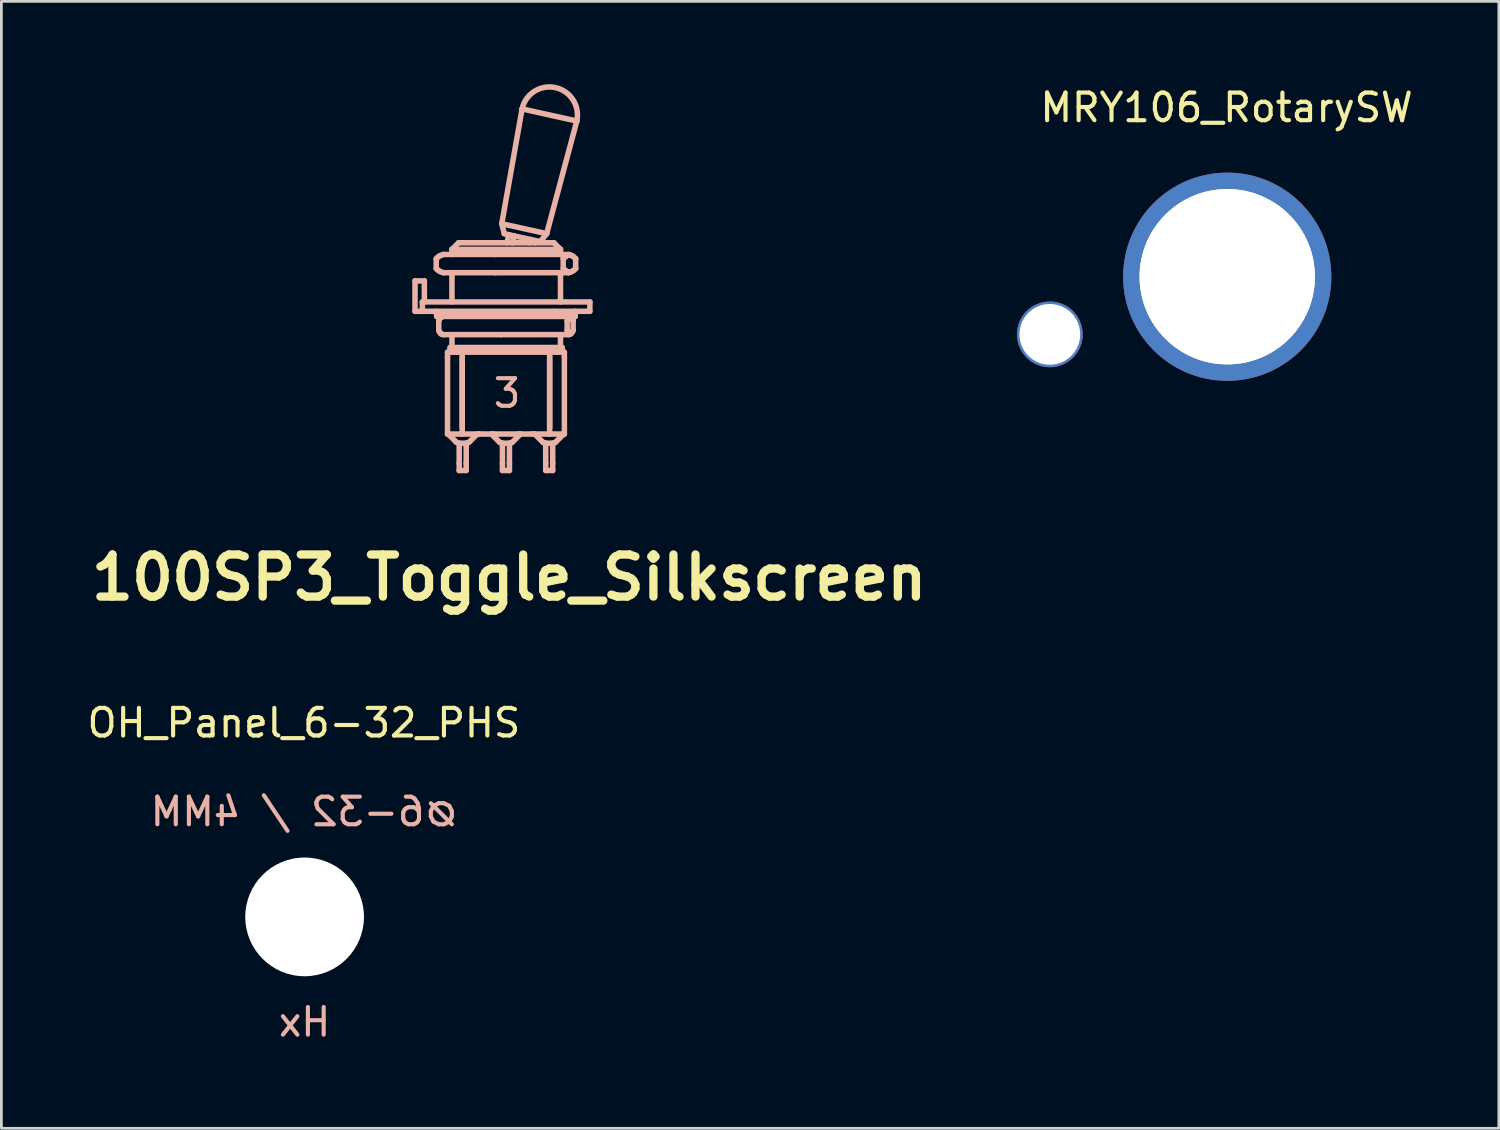
<source format=kicad_pcb>
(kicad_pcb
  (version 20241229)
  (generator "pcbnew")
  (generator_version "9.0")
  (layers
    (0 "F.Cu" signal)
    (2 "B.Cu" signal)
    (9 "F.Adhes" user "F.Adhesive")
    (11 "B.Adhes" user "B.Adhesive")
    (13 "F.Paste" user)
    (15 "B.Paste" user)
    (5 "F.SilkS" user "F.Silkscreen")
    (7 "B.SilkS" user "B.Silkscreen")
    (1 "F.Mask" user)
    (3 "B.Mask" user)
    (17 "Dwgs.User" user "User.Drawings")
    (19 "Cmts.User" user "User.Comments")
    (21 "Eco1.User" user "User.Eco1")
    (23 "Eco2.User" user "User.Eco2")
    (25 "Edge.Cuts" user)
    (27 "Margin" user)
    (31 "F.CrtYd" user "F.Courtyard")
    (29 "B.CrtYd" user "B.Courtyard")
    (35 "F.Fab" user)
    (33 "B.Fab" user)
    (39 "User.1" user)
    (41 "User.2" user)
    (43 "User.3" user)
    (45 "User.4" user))
  (footprint "MRY106_RotarySW"
    (layer "F.Cu")
    (at 41.401 6.973)
    (property "Reference" "MRY106_RotarySW" (at -0.025 -6.125 0) (layer "F.SilkS") (effects (font (size 1 1) (thickness 0.15))))
    (attr through_hole)
    (pad "" np_thru_hole circle (at -6.426 2.088) (size 2.381 2.381) (drill 2.2) (layers "*.Cu" "*.Mask"))
    (pad "" np_thru_hole circle (at 0 0) (size 7.541 7.541) (drill 6.35) (layers "*.Mask" "F.Cu"))
    (pad "" np_thru_hole circle (at 0 0) (size 7.541 7.541) (drill 6.35) (layers "*.Mask" "B.Cu")))
  (footprint "OH_Panel_6-32_PHS"
    (layer "F.Cu")
    (at 7.983 30.16)
    (property "Reference" "OH_Panel_6-32_PHS" (at -0.025 -7.025 0) (layer "F.SilkS") (effects (font (size 1 1) (thickness 0.15))))
    (attr through_hole)
    (fp_text user "Hx" (at 0 3.81 0) (layer "B.SilkS") (effects (font (size 1 1) (thickness 0.15)) (justify mirror)))
    (fp_text user "⌀6-32 / 4MM" (at 0 -3.81 0) (layer "B.SilkS") (effects (font (size 1 1) (thickness 0.15)) (justify mirror)))
    (pad "" np_thru_hole circle (at 0 0) (size 4.3 4.3) (drill 4.3) (layers "*.Cu" "*.Mask")))
  (footprint "100SP3_Toggle_Silkscreen"
    (layer "F.Cu")
    (at 15.792 8.394)
    (property "Reference" "100SP3_Toggle_Silkscreen" (at -0.4 9.475 0) (layer "F.SilkS") (effects (font (size 1.524 1.524) (thickness 0.3))))
    (attr through_hole)
    (fp_line (start -3.81 -1.27) (end -3.81 -0.169) (stroke (width 0.2) (type solid)) (layer "B.SilkS"))
    (fp_line (start -3.81 -1.27) (end -3.471 -1.27) (stroke (width 0.2) (type solid)) (layer "B.SilkS"))
    (fp_line (start -3.81 -0.169) (end -3.544 -0.169) (stroke (width 0.2) (type solid)) (layer "B.SilkS"))
    (fp_line (start -3.544 -0.508) (end -3.544 -0.169) (stroke (width 0.2) (type solid)) (layer "B.SilkS"))
    (fp_line (start -3.544 -0.508) (end 2.523 -0.508) (stroke (width 0.2) (type solid)) (layer "B.SilkS"))
    (fp_line (start -3.544 -0.169) (end 2.523 -0.169) (stroke (width 0.2) (type solid)) (layer "B.SilkS"))
    (fp_line (start -3.471 -1.27) (end -3.471 -0.508) (stroke (width 0.2) (type solid)) (layer "B.SilkS"))
    (fp_line (start -3.042 -2.073) (end -3.042 -1.72) (stroke (width 0.2) (type solid)) (layer "B.SilkS"))
    (fp_line (start -3.027 -0.169) (end -3.027 0.017) (stroke (width 0.2) (type solid)) (layer "B.SilkS"))
    (fp_line (start -3.027 0.017) (end 1.994 0.017) (stroke (width 0.2) (type solid)) (layer "B.SilkS"))
    (fp_line (start -2.95 0.171) (end -2.95 0.523) (stroke (width 0.2) (type solid)) (layer "B.SilkS"))
    (fp_line (start -2.882 -1.601) (end -2.787 -1.566) (stroke (width 0.2) (type solid)) (layer "B.SilkS"))
    (fp_line (start -2.857 0.652) (end -2.787 0.677) (stroke (width 0.2) (type solid)) (layer "B.SilkS"))
    (fp_line (start -2.787 -2.227) (end -2.882 -2.192) (stroke (width 0.2) (type solid)) (layer "B.SilkS"))
    (fp_line (start -2.787 0.017) (end -2.857 0.042) (stroke (width 0.2) (type solid)) (layer "B.SilkS"))
    (fp_line (start -2.633 1.483) (end -2.633 1.313) (stroke (width 0.2) (type solid)) (layer "B.SilkS"))
    (fp_line (start -2.633 4.277) (end -2.633 1.483) (stroke (width 0.2) (type solid)) (layer "B.SilkS"))
    (fp_line (start -2.633 4.277) (end -2.1 4.277) (stroke (width 0.2) (type solid)) (layer "B.SilkS"))
    (fp_line (start -2.538 1.143) (end 1.524 1.143) (stroke (width 0.2) (type solid)) (layer "B.SilkS"))
    (fp_line (start -2.538 1.313) (end -2.538 1.143) (stroke (width 0.2) (type solid)) (layer "B.SilkS"))
    (fp_line (start -2.472 -2.413) (end -2.472 -2.227) (stroke (width 0.2) (type solid)) (layer "B.SilkS"))
    (fp_line (start -2.472 -2.413) (end -2.233 -2.65) (stroke (width 0.2) (type solid)) (layer "B.SilkS"))
    (fp_line (start -2.472 -1.566) (end -2.472 -0.508) (stroke (width 0.2) (type solid)) (layer "B.SilkS"))
    (fp_line (start -2.472 0.677) (end -2.472 1.143) (stroke (width 0.2) (type solid)) (layer "B.SilkS"))
    (fp_line (start -2.352 1.313) (end -2.633 1.313) (stroke (width 0.2) (type solid)) (layer "B.SilkS"))
    (fp_line (start -2.352 1.313) (end 1.319 1.313) (stroke (width 0.2) (type solid)) (layer "B.SilkS"))
    (fp_line (start -2.316 4.571) (end -2.61 4.277) (stroke (width 0.2) (type solid)) (layer "B.SilkS"))
    (fp_line (start -2.221 4.61) (end -1.945 4.61) (stroke (width 0.2) (type solid)) (layer "B.SilkS"))
    (fp_line (start -2.21 5.33) (end -2.21 4.61) (stroke (width 0.2) (type solid)) (layer "B.SilkS"))
    (fp_line (start -2.21 5.597) (end -2.21 5.33) (stroke (width 0.2) (type solid)) (layer "B.SilkS"))
    (fp_line (start -2.21 5.597) (end -1.956 5.597) (stroke (width 0.2) (type solid)) (layer "B.SilkS"))
    (fp_line (start -2.1 1.313) (end -2.1 1.483) (stroke (width 0.2) (type solid)) (layer "B.SilkS"))
    (fp_line (start -2.1 1.483) (end -2.1 4.277) (stroke (width 0.2) (type solid)) (layer "B.SilkS"))
    (fp_line (start -2.1 4.043) (end -2.1 1.567) (stroke (width 0.2) (type solid)) (layer "B.SilkS"))
    (fp_line (start -2.1 4.277) (end -1.533 4.277) (stroke (width 0.2) (type solid)) (layer "B.SilkS"))
    (fp_line (start -1.956 4.61) (end -1.956 5.33) (stroke (width 0.2) (type solid)) (layer "B.SilkS"))
    (fp_line (start -1.956 5.33) (end -1.956 5.597) (stroke (width 0.2) (type solid)) (layer "B.SilkS"))
    (fp_line (start -1.556 4.277) (end -1.851 4.571) (stroke (width 0.2) (type solid)) (layer "B.SilkS"))
    (fp_line (start -1.533 4.277) (end -1.471 4.277) (stroke (width 0.2) (type solid)) (layer "B.SilkS"))
    (fp_line (start -1.471 4.277) (end -1.043 4.277) (stroke (width 0.2) (type solid)) (layer "B.SilkS"))
    (fp_line (start -1.001 4.277) (end -1.043 4.277) (stroke (width 0.2) (type solid)) (layer "B.SilkS"))
    (fp_line (start -1.001 4.277) (end -0.95 4.277) (stroke (width 0.2) (type solid)) (layer "B.SilkS"))
    (fp_line (start -0.95 4.277) (end -0.083 4.277) (stroke (width 0.2) (type solid)) (layer "B.SilkS"))
    (fp_line (start -0.897 -2.227) (end -2.787 -2.227) (stroke (width 0.2) (type solid)) (layer "B.SilkS"))
    (fp_line (start -0.897 -1.566) (end -2.787 -1.566) (stroke (width 0.2) (type solid)) (layer "B.SilkS"))
    (fp_line (start -0.749 4.571) (end -1.043 4.277) (stroke (width 0.2) (type solid)) (layer "B.SilkS"))
    (fp_line (start -0.699 0.677) (end -2.787 0.677) (stroke (width 0.2) (type solid)) (layer "B.SilkS"))
    (fp_line (start -0.668 -3.341) (end -0.577 -2.98) (stroke (width 0.2) (type solid)) (layer "B.SilkS"))
    (fp_line (start -0.668 -3.341) (end 0.959 -2.98) (stroke (width 0.2) (type solid)) (layer "B.SilkS"))
    (fp_line (start -0.655 4.61) (end -0.378 4.61) (stroke (width 0.2) (type solid)) (layer "B.SilkS"))
    (fp_line (start -0.643 5.33) (end -0.643 4.61) (stroke (width 0.2) (type solid)) (layer "B.SilkS"))
    (fp_line (start -0.643 5.597) (end -0.643 5.33) (stroke (width 0.2) (type solid)) (layer "B.SilkS"))
    (fp_line (start -0.643 5.597) (end -0.39 5.597) (stroke (width 0.2) (type solid)) (layer "B.SilkS"))
    (fp_line (start -0.577 -2.98) (end 0.725 -2.691) (stroke (width 0.2) (type solid)) (layer "B.SilkS"))
    (fp_line (start -0.414 -2.944) (end -0.48 -2.65) (stroke (width 0.2) (type solid)) (layer "B.SilkS"))
    (fp_line (start -0.39 4.61) (end -0.39 5.33) (stroke (width 0.2) (type solid)) (layer "B.SilkS"))
    (fp_line (start -0.39 5.33) (end -0.39 5.597) (stroke (width 0.2) (type solid)) (layer "B.SilkS"))
    (fp_line (start -0.219 -2.9) (end -0.275 -2.65) (stroke (width 0.2) (type solid)) (layer "B.SilkS"))
    (fp_line (start -0.032 4.277) (end -0.083 4.277) (stroke (width 0.2) (type solid)) (layer "B.SilkS"))
    (fp_line (start 0.01 4.277) (end -0.284 4.571) (stroke (width 0.2) (type solid)) (layer "B.SilkS"))
    (fp_line (start 0.01 4.277) (end -0.032 4.277) (stroke (width 0.2) (type solid)) (layer "B.SilkS"))
    (fp_line (start 0.01 4.277) (end 0.438 4.277) (stroke (width 0.2) (type solid)) (layer "B.SilkS"))
    (fp_line (start 0.068 -7.499) (end -0.668 -3.341) (stroke (width 0.2) (type solid)) (layer "B.SilkS"))
    (fp_line (start 0.34 -2.65) (end 0.367 -2.771) (stroke (width 0.2) (type solid)) (layer "B.SilkS"))
    (fp_line (start 0.5 4.277) (end 0.438 4.277) (stroke (width 0.2) (type solid)) (layer "B.SilkS"))
    (fp_line (start 0.5 4.277) (end 1.067 4.277) (stroke (width 0.2) (type solid)) (layer "B.SilkS"))
    (fp_line (start 0.545 -2.65) (end 0.562 -2.727) (stroke (width 0.2) (type solid)) (layer "B.SilkS"))
    (fp_line (start 0.725 -2.691) (end 0.959 -2.98) (stroke (width 0.2) (type solid)) (layer "B.SilkS"))
    (fp_line (start 0.818 4.571) (end 0.524 4.277) (stroke (width 0.2) (type solid)) (layer "B.SilkS"))
    (fp_line (start 0.912 4.61) (end 1.188 4.61) (stroke (width 0.2) (type solid)) (layer "B.SilkS"))
    (fp_line (start 0.924 5.33) (end 0.924 4.61) (stroke (width 0.2) (type solid)) (layer "B.SilkS"))
    (fp_line (start 0.924 5.597) (end 0.924 5.33) (stroke (width 0.2) (type solid)) (layer "B.SilkS"))
    (fp_line (start 0.924 5.597) (end 1.177 5.597) (stroke (width 0.2) (type solid)) (layer "B.SilkS"))
    (fp_line (start 0.959 -2.98) (end 2.05 -7.06) (stroke (width 0.2) (type solid)) (layer "B.SilkS"))
    (fp_line (start 1.067 1.483) (end 1.067 1.313) (stroke (width 0.2) (type solid)) (layer "B.SilkS"))
    (fp_line (start 1.067 4.043) (end 1.067 1.567) (stroke (width 0.2) (type solid)) (layer "B.SilkS"))
    (fp_line (start 1.067 4.277) (end 1.067 1.483) (stroke (width 0.2) (type solid)) (layer "B.SilkS"))
    (fp_line (start 1.067 4.277) (end 1.6 4.277) (stroke (width 0.2) (type solid)) (layer "B.SilkS"))
    (fp_line (start 1.177 4.61) (end 1.177 5.33) (stroke (width 0.2) (type solid)) (layer "B.SilkS"))
    (fp_line (start 1.177 5.33) (end 1.177 5.597) (stroke (width 0.2) (type solid)) (layer "B.SilkS"))
    (fp_line (start 1.222 -2.65) (end -2.233 -2.65) (stroke (width 0.2) (type solid)) (layer "B.SilkS"))
    (fp_line (start 1.459 -2.413) (end -2.472 -2.413) (stroke (width 0.2) (type solid)) (layer "B.SilkS"))
    (fp_line (start 1.459 -2.413) (end 1.222 -2.65) (stroke (width 0.2) (type solid)) (layer "B.SilkS"))
    (fp_line (start 1.459 -2.227) (end 1.459 -2.413) (stroke (width 0.2) (type solid)) (layer "B.SilkS"))
    (fp_line (start 1.459 -0.508) (end 1.459 -1.566) (stroke (width 0.2) (type solid)) (layer "B.SilkS"))
    (fp_line (start 1.459 1.143) (end 1.459 0.677) (stroke (width 0.2) (type solid)) (layer "B.SilkS"))
    (fp_line (start 1.524 1.313) (end 1.524 1.143) (stroke (width 0.2) (type solid)) (layer "B.SilkS"))
    (fp_line (start 1.558 -2.073) (end 1.558 -1.72) (stroke (width 0.2) (type solid)) (layer "B.SilkS"))
    (fp_line (start 1.577 4.277) (end 1.283 4.571) (stroke (width 0.2) (type solid)) (layer "B.SilkS"))
    (fp_line (start 1.6 1.313) (end 1.319 1.313) (stroke (width 0.2) (type solid)) (layer "B.SilkS"))
    (fp_line (start 1.6 1.483) (end 1.6 1.313) (stroke (width 0.2) (type solid)) (layer "B.SilkS"))
    (fp_line (start 1.6 4.277) (end 1.6 1.483) (stroke (width 0.2) (type solid)) (layer "B.SilkS"))
    (fp_line (start 1.701 0.171) (end 1.701 0.523) (stroke (width 0.2) (type solid)) (layer "B.SilkS"))
    (fp_line (start 1.754 -2.227) (end -0.897 -2.227) (stroke (width 0.2) (type solid)) (layer "B.SilkS"))
    (fp_line (start 1.754 -1.566) (end -0.897 -1.566) (stroke (width 0.2) (type solid)) (layer "B.SilkS"))
    (fp_line (start 1.754 -1.566) (end 1.85 -1.601) (stroke (width 0.2) (type solid)) (layer "B.SilkS"))
    (fp_line (start 1.754 0.677) (end -0.699 0.677) (stroke (width 0.2) (type solid)) (layer "B.SilkS"))
    (fp_line (start 1.754 0.677) (end 1.824 0.652) (stroke (width 0.2) (type solid)) (layer "B.SilkS"))
    (fp_line (start 1.824 0.042) (end 1.754 0.017) (stroke (width 0.2) (type solid)) (layer "B.SilkS"))
    (fp_line (start 1.85 -2.192) (end 1.754 -2.227) (stroke (width 0.2) (type solid)) (layer "B.SilkS"))
    (fp_line (start 1.917 0.171) (end 1.917 0.523) (stroke (width 0.2) (type solid)) (layer "B.SilkS"))
    (fp_line (start 1.994 0.017) (end 1.994 -0.169) (stroke (width 0.2) (type solid)) (layer "B.SilkS"))
    (fp_line (start 2.009 -2.073) (end 2.009 -1.72) (stroke (width 0.2) (type solid)) (layer "B.SilkS"))
    (fp_line (start 2.05 -7.06) (end 0.068 -7.499) (stroke (width 0.2) (type solid)) (layer "B.SilkS"))
    (fp_line (start 2.523 -0.169) (end 2.523 -0.508) (stroke (width 0.2) (type solid)) (layer "B.SilkS"))
    (fp_arc (start -2.221238 4.609933) (mid -2.272262 4.599784) (end -2.315519 4.570881) (stroke (width 0.2) (type solid)) (layer "B.SilkS"))
    (fp_arc (start -1.850748 4.570881) (mid -1.894004 4.599784) (end -1.945029 4.609934) (stroke (width 0.2) (type solid)) (layer "B.SilkS"))
    (fp_arc (start -0.654572 4.609933) (mid -0.705596 4.599784) (end -0.748853 4.570881) (stroke (width 0.2) (type solid)) (layer "B.SilkS"))
    (fp_arc (start -0.284081 4.570881) (mid -0.327337 4.599784) (end -0.378362 4.609934) (stroke (width 0.2) (type solid)) (layer "B.SilkS"))
    (fp_arc (start 0.067913 -7.498893) (mid 1.278539 -8.270147) (end 2.049793 -7.059521) (stroke (width 0.2) (type solid)) (layer "B.SilkS"))
    (fp_arc (start 0.912095 4.609933) (mid 0.861071 4.599784) (end 0.817814 4.570881) (stroke (width 0.2) (type solid)) (layer "B.SilkS"))
    (fp_arc (start 1.282586 4.570881) (mid 1.23933 4.599784) (end 1.188305 4.609934) (stroke (width 0.2) (type solid)) (layer "B.SilkS"))
    (fp_curve (pts (xy -3.042 -1.72) (xy -3.023 -1.701) (xy -3.004 -1.682) (xy -2.985 -1.665)) (stroke (width 0.2) (type solid)) (layer "B.SilkS"))
    (fp_curve (pts (xy -2.985 -2.128) (xy -3.004 -2.111) (xy -3.023 -2.092) (xy -3.042 -2.073)) (stroke (width 0.2) (type solid)) (layer "B.SilkS"))
    (fp_curve (pts (xy -2.985 -1.665) (xy -2.964 -1.646) (xy -2.942 -1.63) (xy -2.921 -1.619)) (stroke (width 0.2) (type solid)) (layer "B.SilkS"))
    (fp_curve (pts (xy -2.95 0.523) (xy -2.94 0.543) (xy -2.931 0.562) (xy -2.922 0.579)) (stroke (width 0.2) (type solid)) (layer "B.SilkS"))
    (fp_curve (pts (xy -2.922 0.115) (xy -2.931 0.132) (xy -2.94 0.151) (xy -2.95 0.171)) (stroke (width 0.2) (type solid)) (layer "B.SilkS"))
    (fp_curve (pts (xy -2.922 0.579) (xy -2.912 0.597) (xy -2.902 0.612) (xy -2.892 0.624)) (stroke (width 0.2) (type solid)) (layer "B.SilkS"))
    (fp_curve (pts (xy -2.921 -1.619) (xy -2.908 -1.613) (xy -2.895 -1.609) (xy -2.882 -1.604)) (stroke (width 0.2) (type solid)) (layer "B.SilkS"))
    (fp_curve (pts (xy -2.919 -2.175) (xy -2.941 -2.164) (xy -2.963 -2.148) (xy -2.985 -2.128)) (stroke (width 0.2) (type solid)) (layer "B.SilkS"))
    (fp_curve (pts (xy -2.892 0.624) (xy -2.882 0.637) (xy -2.871 0.648) (xy -2.861 0.65)) (stroke (width 0.2) (type solid)) (layer "B.SilkS"))
    (fp_curve (pts (xy -2.891 0.069) (xy -2.901 0.082) (xy -2.912 0.097) (xy -2.922 0.115)) (stroke (width 0.2) (type solid)) (layer "B.SilkS"))
    (fp_curve (pts (xy -2.882 -2.189) (xy -2.895 -2.185) (xy -2.907 -2.18) (xy -2.919 -2.175)) (stroke (width 0.2) (type solid)) (layer "B.SilkS"))
    (fp_curve (pts (xy -2.861 0.65) (xy -2.86 0.65) (xy -2.858 0.65) (xy -2.857 0.65)) (stroke (width 0.2) (type solid)) (layer "B.SilkS"))
    (fp_curve (pts (xy -2.859 0.044) (xy -2.87 0.045) (xy -2.88 0.056) (xy -2.891 0.069)) (stroke (width 0.2) (type solid)) (layer "B.SilkS"))
    (fp_curve (pts (xy -2.857 0.044) (xy -2.858 0.044) (xy -2.858 0.044) (xy -2.859 0.044)) (stroke (width 0.2) (type solid)) (layer "B.SilkS"))
    (fp_curve (pts (xy 1.558 -2.073) (xy 1.577 -2.092) (xy 1.596 -2.112) (xy 1.615 -2.128)) (stroke (width 0.2) (type solid)) (layer "B.SilkS"))
    (fp_curve (pts (xy 1.615 -2.128) (xy 1.636 -2.147) (xy 1.657 -2.162) (xy 1.678 -2.174)) (stroke (width 0.2) (type solid)) (layer "B.SilkS"))
    (fp_curve (pts (xy 1.615 -1.665) (xy 1.596 -1.681) (xy 1.577 -1.701) (xy 1.558 -1.72)) (stroke (width 0.2) (type solid)) (layer "B.SilkS"))
    (fp_curve (pts (xy 1.678 -2.174) (xy 1.7 -2.185) (xy 1.721 -2.194) (xy 1.742 -2.199)) (stroke (width 0.2) (type solid)) (layer "B.SilkS"))
    (fp_curve (pts (xy 1.68 -1.619) (xy 1.658 -1.63) (xy 1.636 -1.646) (xy 1.615 -1.665)) (stroke (width 0.2) (type solid)) (layer "B.SilkS"))
    (fp_curve (pts (xy 1.701 0.171) (xy 1.71 0.152) (xy 1.719 0.132) (xy 1.728 0.115)) (stroke (width 0.2) (type solid)) (layer "B.SilkS"))
    (fp_curve (pts (xy 1.728 0.115) (xy 1.738 0.097) (xy 1.748 0.082) (xy 1.758 0.07)) (stroke (width 0.2) (type solid)) (layer "B.SilkS"))
    (fp_curve (pts (xy 1.728 0.579) (xy 1.719 0.562) (xy 1.71 0.543) (xy 1.701 0.523)) (stroke (width 0.2) (type solid)) (layer "B.SilkS"))
    (fp_curve (pts (xy 1.742 -2.199) (xy 1.764 -2.204) (xy 1.785 -2.205) (xy 1.806 -2.203)) (stroke (width 0.2) (type solid)) (layer "B.SilkS"))
    (fp_curve (pts (xy 1.746 -1.593) (xy 1.724 -1.598) (xy 1.702 -1.607) (xy 1.68 -1.619)) (stroke (width 0.2) (type solid)) (layer "B.SilkS"))
    (fp_curve (pts (xy 1.758 0.07) (xy 1.769 0.058) (xy 1.779 0.05) (xy 1.789 0.045)) (stroke (width 0.2) (type solid)) (layer "B.SilkS"))
    (fp_curve (pts (xy 1.759 0.625) (xy 1.749 0.613) (xy 1.738 0.598) (xy 1.728 0.579)) (stroke (width 0.2) (type solid)) (layer "B.SilkS"))
    (fp_curve (pts (xy 1.789 0.045) (xy 1.799 0.04) (xy 1.809 0.038) (xy 1.82 0.041)) (stroke (width 0.2) (type solid)) (layer "B.SilkS"))
    (fp_curve (pts (xy 1.791 0.65) (xy 1.78 0.646) (xy 1.77 0.637) (xy 1.759 0.625)) (stroke (width 0.2) (type solid)) (layer "B.SilkS"))
    (fp_curve (pts (xy 1.806 -2.203) (xy 1.828 -2.2) (xy 1.85 -2.193) (xy 1.872 -2.182)) (stroke (width 0.2) (type solid)) (layer "B.SilkS"))
    (fp_curve (pts (xy 1.812 -1.591) (xy 1.79 -1.588) (xy 1.768 -1.589) (xy 1.746 -1.593)) (stroke (width 0.2) (type solid)) (layer "B.SilkS"))
    (fp_curve (pts (xy 1.82 0.041) (xy 1.83 0.044) (xy 1.841 0.051) (xy 1.851 0.062)) (stroke (width 0.2) (type solid)) (layer "B.SilkS"))
    (fp_curve (pts (xy 1.822 0.652) (xy 1.812 0.656) (xy 1.801 0.655) (xy 1.791 0.65)) (stroke (width 0.2) (type solid)) (layer "B.SilkS"))
    (fp_curve (pts (xy 1.851 0.062) (xy 1.862 0.072) (xy 1.872 0.087) (xy 1.883 0.104)) (stroke (width 0.2) (type solid)) (layer "B.SilkS"))
    (fp_curve (pts (xy 1.853 0.631) (xy 1.843 0.642) (xy 1.832 0.649) (xy 1.822 0.652)) (stroke (width 0.2) (type solid)) (layer "B.SilkS"))
    (fp_curve (pts (xy 1.872 -2.182) (xy 1.894 -2.171) (xy 1.916 -2.157) (xy 1.938 -2.14)) (stroke (width 0.2) (type solid)) (layer "B.SilkS"))
    (fp_curve (pts (xy 1.876 -1.613) (xy 1.854 -1.602) (xy 1.833 -1.595) (xy 1.812 -1.591)) (stroke (width 0.2) (type solid)) (layer "B.SilkS"))
    (fp_curve (pts (xy 1.883 0.104) (xy 1.893 0.121) (xy 1.903 0.142) (xy 1.914 0.165)) (stroke (width 0.2) (type solid)) (layer "B.SilkS"))
    (fp_curve (pts (xy 1.883 0.589) (xy 1.873 0.606) (xy 1.863 0.62) (xy 1.853 0.631)) (stroke (width 0.2) (type solid)) (layer "B.SilkS"))
    (fp_curve (pts (xy 1.914 0.165) (xy 1.915 0.167) (xy 1.916 0.169) (xy 1.917 0.171)) (stroke (width 0.2) (type solid)) (layer "B.SilkS"))
    (fp_curve (pts (xy 1.914 0.53) (xy 1.904 0.552) (xy 1.894 0.572) (xy 1.883 0.589)) (stroke (width 0.2) (type solid)) (layer "B.SilkS"))
    (fp_curve (pts (xy 1.917 0.523) (xy 1.916 0.525) (xy 1.915 0.527) (xy 1.914 0.53)) (stroke (width 0.2) (type solid)) (layer "B.SilkS"))
    (fp_curve (pts (xy 1.938 -2.14) (xy 1.959 -2.122) (xy 1.981 -2.102) (xy 2.003 -2.079)) (stroke (width 0.2) (type solid)) (layer "B.SilkS"))
    (fp_curve (pts (xy 1.939 -1.655) (xy 1.918 -1.638) (xy 1.897 -1.623) (xy 1.876 -1.613)) (stroke (width 0.2) (type solid)) (layer "B.SilkS"))
    (fp_curve (pts (xy 2.003 -2.079) (xy 2.005 -2.077) (xy 2.007 -2.075) (xy 2.009 -2.073)) (stroke (width 0.2) (type solid)) (layer "B.SilkS"))
    (fp_curve (pts (xy 2.003 -1.714) (xy 1.982 -1.692) (xy 1.961 -1.672) (xy 1.939 -1.655)) (stroke (width 0.2) (type solid)) (layer "B.SilkS"))
    (fp_curve (pts (xy 2.009 -1.72) (xy 2.007 -1.718) (xy 2.005 -1.716) (xy 2.003 -1.714)) (stroke (width 0.2) (type solid)) (layer "B.SilkS"))
    (fp_text user "3" (at -0.475 2.8 0) (layer "B.SilkS") (effects (font (size 1 1) (thickness 0.15)))))
  (gr_rect
    (start -3 -3)
    (end 51.239 37.819)
    (stroke (width 0.1) (type default))
    (fill no)
    (layer "Edge.Cuts")))
</source>
